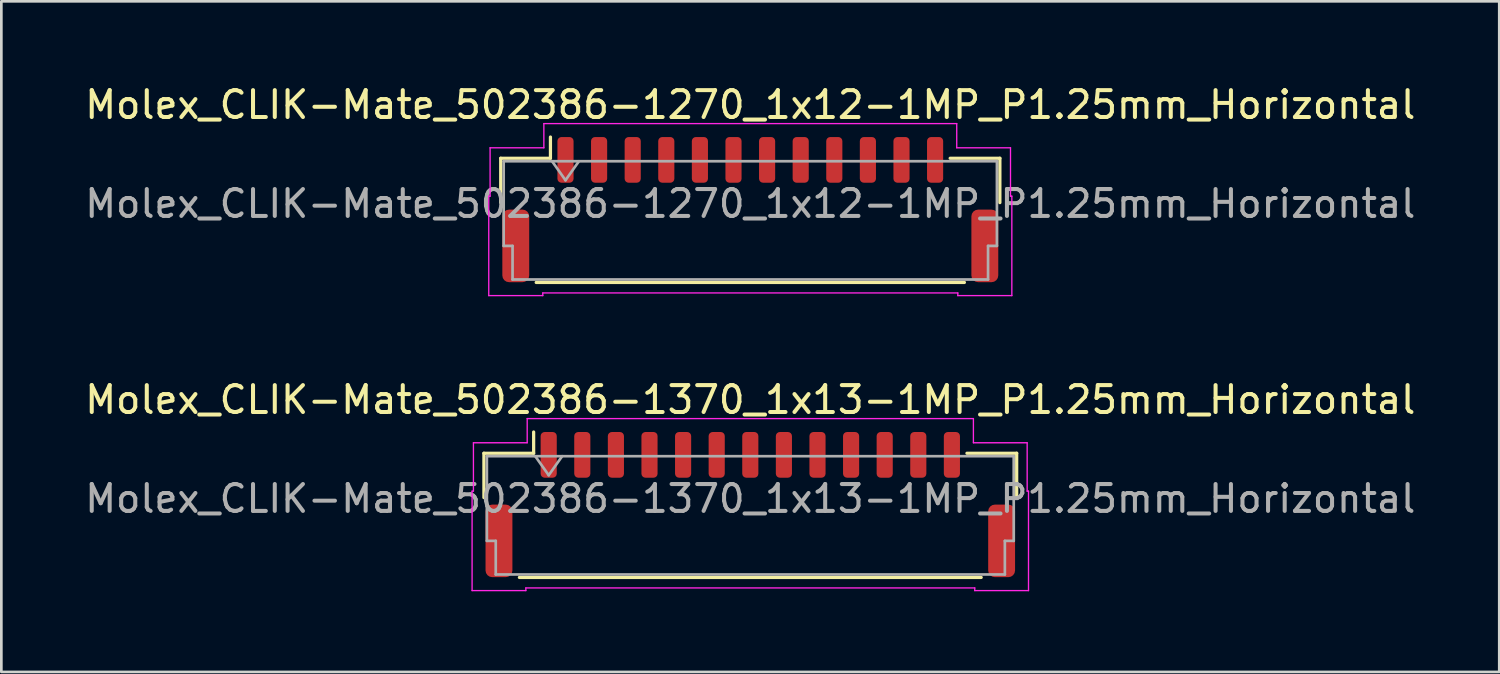
<source format=kicad_pcb>
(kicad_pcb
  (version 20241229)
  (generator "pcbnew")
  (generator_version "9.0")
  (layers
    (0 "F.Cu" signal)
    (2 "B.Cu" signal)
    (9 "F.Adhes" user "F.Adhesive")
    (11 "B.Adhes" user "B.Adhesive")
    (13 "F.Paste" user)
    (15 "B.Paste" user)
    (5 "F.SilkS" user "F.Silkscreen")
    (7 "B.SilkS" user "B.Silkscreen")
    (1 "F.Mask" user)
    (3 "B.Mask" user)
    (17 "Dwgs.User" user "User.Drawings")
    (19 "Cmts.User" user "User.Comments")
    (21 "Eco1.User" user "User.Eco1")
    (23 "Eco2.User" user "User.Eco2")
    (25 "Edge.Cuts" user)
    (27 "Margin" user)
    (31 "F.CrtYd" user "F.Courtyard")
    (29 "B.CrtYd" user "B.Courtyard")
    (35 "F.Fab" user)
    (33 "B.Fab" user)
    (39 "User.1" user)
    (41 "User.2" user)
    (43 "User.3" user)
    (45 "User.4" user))
  (footprint "Molex_CLIK-Mate_502386-1370_1x13-1MP_P1.25mm_Horizontal"
    (layer "F.Cu")
    (at 24.863 15.722)
    (property "Reference" "Molex_CLIK-Mate_502386-1370_1x13-1MP_P1.25mm_Horizontal" (at 0 -3.9 0) (layer "F.SilkS") (effects (font (size 1 1) (thickness 0.15))))
    (attr smd)
    (fp_line (start -9.91 -1.91) (end -8.06 -1.91) (stroke (width 0.12) (type solid)) (layer "F.SilkS"))
    (fp_line (start -9.91 -0.26) (end -9.91 -1.91) (stroke (width 0.12) (type solid)) (layer "F.SilkS"))
    (fp_line (start -8.59 2.71) (end 8.59 2.71) (stroke (width 0.12) (type solid)) (layer "F.SilkS"))
    (fp_line (start -8.06 -1.91) (end -8.06 -2.7) (stroke (width 0.12) (type solid)) (layer "F.SilkS"))
    (fp_line (start 9.91 -1.91) (end 8.06 -1.91) (stroke (width 0.12) (type solid)) (layer "F.SilkS"))
    (fp_line (start 9.91 -0.26) (end 9.91 -1.91) (stroke (width 0.12) (type solid)) (layer "F.SilkS"))
    (fp_line (start -10.35 -0.5) (end -10.3 -0.5) (stroke (width 0.05) (type solid)) (layer "F.CrtYd"))
    (fp_line (start -10.35 3.2) (end -10.35 -0.5) (stroke (width 0.05) (type solid)) (layer "F.CrtYd"))
    (fp_line (start -10.3 -2.3) (end -8.3 -2.3) (stroke (width 0.05) (type solid)) (layer "F.CrtYd"))
    (fp_line (start -10.3 -0.5) (end -10.3 -2.3) (stroke (width 0.05) (type solid)) (layer "F.CrtYd"))
    (fp_line (start -8.35 3.1) (end -8.35 3.2) (stroke (width 0.05) (type solid)) (layer "F.CrtYd"))
    (fp_line (start -8.35 3.2) (end -10.35 3.2) (stroke (width 0.05) (type solid)) (layer "F.CrtYd"))
    (fp_line (start -8.3 -3.2) (end 8.3 -3.2) (stroke (width 0.05) (type solid)) (layer "F.CrtYd"))
    (fp_line (start -8.3 -2.3) (end -8.3 -3.2) (stroke (width 0.05) (type solid)) (layer "F.CrtYd"))
    (fp_line (start 8.3 -3.2) (end 8.3 -2.3) (stroke (width 0.05) (type solid)) (layer "F.CrtYd"))
    (fp_line (start 8.3 -2.3) (end 10.3 -2.3) (stroke (width 0.05) (type solid)) (layer "F.CrtYd"))
    (fp_line (start 8.35 3.1) (end -8.35 3.1) (stroke (width 0.05) (type solid)) (layer "F.CrtYd"))
    (fp_line (start 8.35 3.2) (end 8.35 3.1) (stroke (width 0.05) (type solid)) (layer "F.CrtYd"))
    (fp_line (start 10.3 -2.3) (end 10.3 -0.5) (stroke (width 0.05) (type solid)) (layer "F.CrtYd"))
    (fp_line (start 10.3 -0.5) (end 10.35 -0.5) (stroke (width 0.05) (type solid)) (layer "F.CrtYd"))
    (fp_line (start 10.35 -0.5) (end 10.35 3.2) (stroke (width 0.05) (type solid)) (layer "F.CrtYd"))
    (fp_line (start 10.35 3.2) (end 8.35 3.2) (stroke (width 0.05) (type solid)) (layer "F.CrtYd"))
    (fp_line (start -9.8 -1.8) (end -9.8 1.35) (stroke (width 0.1) (type solid)) (layer "F.Fab"))
    (fp_line (start -9.8 -1.8) (end 9.8 -1.8) (stroke (width 0.1) (type solid)) (layer "F.Fab"))
    (fp_line (start -9.8 1.35) (end -9.47 1.35) (stroke (width 0.1) (type solid)) (layer "F.Fab"))
    (fp_line (start -9.47 1.35) (end -9.47 2.6) (stroke (width 0.1) (type solid)) (layer "F.Fab"))
    (fp_line (start -9.47 2.6) (end 9.47 2.6) (stroke (width 0.1) (type solid)) (layer "F.Fab"))
    (fp_line (start -8 -1.8) (end -7.5 -1.093) (stroke (width 0.1) (type solid)) (layer "F.Fab"))
    (fp_line (start -7.5 -1.093) (end -7 -1.8) (stroke (width 0.1) (type solid)) (layer "F.Fab"))
    (fp_line (start 9.47 1.35) (end 9.8 1.35) (stroke (width 0.1) (type solid)) (layer "F.Fab"))
    (fp_line (start 9.47 2.6) (end 9.47 1.35) (stroke (width 0.1) (type solid)) (layer "F.Fab"))
    (fp_line (start 9.8 -1.8) (end 9.8 1.35) (stroke (width 0.1) (type solid)) (layer "F.Fab"))
    (fp_text user "${REFERENCE}" (at 0 -0.22 0) (layer "F.Fab") (effects (font (size 1 1) (thickness 0.15))))
    (pad "1" smd roundrect (at -7.5 -1.85) (size 0.6 1.7) (layers "F.Cu" "F.Mask" "F.Paste") (roundrect_rratio 0.25))
    (pad "2" smd roundrect (at -6.25 -1.85) (size 0.6 1.7) (layers "F.Cu" "F.Mask" "F.Paste") (roundrect_rratio 0.25))
    (pad "3" smd roundrect (at -5 -1.85) (size 0.6 1.7) (layers "F.Cu" "F.Mask" "F.Paste") (roundrect_rratio 0.25))
    (pad "4" smd roundrect (at -3.75 -1.85) (size 0.6 1.7) (layers "F.Cu" "F.Mask" "F.Paste") (roundrect_rratio 0.25))
    (pad "5" smd roundrect (at -2.5 -1.85) (size 0.6 1.7) (layers "F.Cu" "F.Mask" "F.Paste") (roundrect_rratio 0.25))
    (pad "6" smd roundrect (at -1.25 -1.85) (size 0.6 1.7) (layers "F.Cu" "F.Mask" "F.Paste") (roundrect_rratio 0.25))
    (pad "7" smd roundrect (at 0 -1.85) (size 0.6 1.7) (layers "F.Cu" "F.Mask" "F.Paste") (roundrect_rratio 0.25))
    (pad "8" smd roundrect (at 1.25 -1.85) (size 0.6 1.7) (layers "F.Cu" "F.Mask" "F.Paste") (roundrect_rratio 0.25))
    (pad "9" smd roundrect (at 2.5 -1.85) (size 0.6 1.7) (layers "F.Cu" "F.Mask" "F.Paste") (roundrect_rratio 0.25))
    (pad "10" smd roundrect (at 3.75 -1.85) (size 0.6 1.7) (layers "F.Cu" "F.Mask" "F.Paste") (roundrect_rratio 0.25))
    (pad "11" smd roundrect (at 5 -1.85) (size 0.6 1.7) (layers "F.Cu" "F.Mask" "F.Paste") (roundrect_rratio 0.25))
    (pad "12" smd roundrect (at 6.25 -1.85) (size 0.6 1.7) (layers "F.Cu" "F.Mask" "F.Paste") (roundrect_rratio 0.25))
    (pad "13" smd roundrect (at 7.5 -1.85) (size 0.6 1.7) (layers "F.Cu" "F.Mask" "F.Paste") (roundrect_rratio 0.25))
    (pad "MP" smd roundrect (at -9.35 1.35) (size 1 2.7) (layers "F.Cu" "F.Mask" "F.Paste") (roundrect_rratio 0.25))
    (pad "MP" smd roundrect (at 9.35 1.35) (size 1 2.7) (layers "F.Cu" "F.Mask" "F.Paste") (roundrect_rratio 0.25)))
  (footprint "Molex_CLIK-Mate_502386-1270_1x12-1MP_P1.25mm_Horizontal"
    (layer "F.Cu")
    (at 24.863 4.748)
    (property "Reference" "Molex_CLIK-Mate_502386-1270_1x12-1MP_P1.25mm_Horizontal" (at 0 -3.9 0) (layer "F.SilkS") (effects (font (size 1 1) (thickness 0.15))))
    (attr smd)
    (fp_line (start -9.285 -1.91) (end -7.435 -1.91) (stroke (width 0.12) (type solid)) (layer "F.SilkS"))
    (fp_line (start -9.285 -0.26) (end -9.285 -1.91) (stroke (width 0.12) (type solid)) (layer "F.SilkS"))
    (fp_line (start -7.965 2.71) (end 7.965 2.71) (stroke (width 0.12) (type solid)) (layer "F.SilkS"))
    (fp_line (start -7.435 -1.91) (end -7.435 -2.7) (stroke (width 0.12) (type solid)) (layer "F.SilkS"))
    (fp_line (start 9.285 -1.91) (end 7.435 -1.91) (stroke (width 0.12) (type solid)) (layer "F.SilkS"))
    (fp_line (start 9.285 -0.26) (end 9.285 -1.91) (stroke (width 0.12) (type solid)) (layer "F.SilkS"))
    (fp_line (start -9.73 -0.5) (end -9.68 -0.5) (stroke (width 0.05) (type solid)) (layer "F.CrtYd"))
    (fp_line (start -9.73 3.2) (end -9.73 -0.5) (stroke (width 0.05) (type solid)) (layer "F.CrtYd"))
    (fp_line (start -9.68 -2.3) (end -7.68 -2.3) (stroke (width 0.05) (type solid)) (layer "F.CrtYd"))
    (fp_line (start -9.68 -0.5) (end -9.68 -2.3) (stroke (width 0.05) (type solid)) (layer "F.CrtYd"))
    (fp_line (start -7.72 3.1) (end -7.72 3.2) (stroke (width 0.05) (type solid)) (layer "F.CrtYd"))
    (fp_line (start -7.72 3.2) (end -9.73 3.2) (stroke (width 0.05) (type solid)) (layer "F.CrtYd"))
    (fp_line (start -7.68 -3.2) (end 7.68 -3.2) (stroke (width 0.05) (type solid)) (layer "F.CrtYd"))
    (fp_line (start -7.68 -2.3) (end -7.68 -3.2) (stroke (width 0.05) (type solid)) (layer "F.CrtYd"))
    (fp_line (start 7.68 -3.2) (end 7.68 -2.3) (stroke (width 0.05) (type solid)) (layer "F.CrtYd"))
    (fp_line (start 7.68 -2.3) (end 9.68 -2.3) (stroke (width 0.05) (type solid)) (layer "F.CrtYd"))
    (fp_line (start 7.72 3.1) (end -7.72 3.1) (stroke (width 0.05) (type solid)) (layer "F.CrtYd"))
    (fp_line (start 7.72 3.2) (end 7.72 3.1) (stroke (width 0.05) (type solid)) (layer "F.CrtYd"))
    (fp_line (start 9.68 -2.3) (end 9.68 -0.5) (stroke (width 0.05) (type solid)) (layer "F.CrtYd"))
    (fp_line (start 9.68 -0.5) (end 9.73 -0.5) (stroke (width 0.05) (type solid)) (layer "F.CrtYd"))
    (fp_line (start 9.73 -0.5) (end 9.73 3.2) (stroke (width 0.05) (type solid)) (layer "F.CrtYd"))
    (fp_line (start 9.73 3.2) (end 7.72 3.2) (stroke (width 0.05) (type solid)) (layer "F.CrtYd"))
    (fp_line (start -9.175 -1.8) (end -9.175 1.35) (stroke (width 0.1) (type solid)) (layer "F.Fab"))
    (fp_line (start -9.175 -1.8) (end 9.175 -1.8) (stroke (width 0.1) (type solid)) (layer "F.Fab"))
    (fp_line (start -9.175 1.35) (end -8.845 1.35) (stroke (width 0.1) (type solid)) (layer "F.Fab"))
    (fp_line (start -8.845 1.35) (end -8.845 2.6) (stroke (width 0.1) (type solid)) (layer "F.Fab"))
    (fp_line (start -8.845 2.6) (end 8.845 2.6) (stroke (width 0.1) (type solid)) (layer "F.Fab"))
    (fp_line (start -7.375 -1.8) (end -6.875 -1.093) (stroke (width 0.1) (type solid)) (layer "F.Fab"))
    (fp_line (start -6.875 -1.093) (end -6.375 -1.8) (stroke (width 0.1) (type solid)) (layer "F.Fab"))
    (fp_line (start 8.845 1.35) (end 9.175 1.35) (stroke (width 0.1) (type solid)) (layer "F.Fab"))
    (fp_line (start 8.845 2.6) (end 8.845 1.35) (stroke (width 0.1) (type solid)) (layer "F.Fab"))
    (fp_line (start 9.175 -1.8) (end 9.175 1.35) (stroke (width 0.1) (type solid)) (layer "F.Fab"))
    (fp_text user "${REFERENCE}" (at 0 -0.22 0) (layer "F.Fab") (effects (font (size 1 1) (thickness 0.15))))
    (pad "1" smd roundrect (at -6.875 -1.85) (size 0.6 1.7) (layers "F.Cu" "F.Mask" "F.Paste") (roundrect_rratio 0.25))
    (pad "2" smd roundrect (at -5.625 -1.85) (size 0.6 1.7) (layers "F.Cu" "F.Mask" "F.Paste") (roundrect_rratio 0.25))
    (pad "3" smd roundrect (at -4.375 -1.85) (size 0.6 1.7) (layers "F.Cu" "F.Mask" "F.Paste") (roundrect_rratio 0.25))
    (pad "4" smd roundrect (at -3.125 -1.85) (size 0.6 1.7) (layers "F.Cu" "F.Mask" "F.Paste") (roundrect_rratio 0.25))
    (pad "5" smd roundrect (at -1.875 -1.85) (size 0.6 1.7) (layers "F.Cu" "F.Mask" "F.Paste") (roundrect_rratio 0.25))
    (pad "6" smd roundrect (at -0.625 -1.85) (size 0.6 1.7) (layers "F.Cu" "F.Mask" "F.Paste") (roundrect_rratio 0.25))
    (pad "7" smd roundrect (at 0.625 -1.85) (size 0.6 1.7) (layers "F.Cu" "F.Mask" "F.Paste") (roundrect_rratio 0.25))
    (pad "8" smd roundrect (at 1.875 -1.85) (size 0.6 1.7) (layers "F.Cu" "F.Mask" "F.Paste") (roundrect_rratio 0.25))
    (pad "9" smd roundrect (at 3.125 -1.85) (size 0.6 1.7) (layers "F.Cu" "F.Mask" "F.Paste") (roundrect_rratio 0.25))
    (pad "10" smd roundrect (at 4.375 -1.85) (size 0.6 1.7) (layers "F.Cu" "F.Mask" "F.Paste") (roundrect_rratio 0.25))
    (pad "11" smd roundrect (at 5.625 -1.85) (size 0.6 1.7) (layers "F.Cu" "F.Mask" "F.Paste") (roundrect_rratio 0.25))
    (pad "12" smd roundrect (at 6.875 -1.85) (size 0.6 1.7) (layers "F.Cu" "F.Mask" "F.Paste") (roundrect_rratio 0.25))
    (pad "MP" smd roundrect (at -8.725 1.35) (size 1 2.7) (layers "F.Cu" "F.Mask" "F.Paste") (roundrect_rratio 0.25))
    (pad "MP" smd roundrect (at 8.725 1.35) (size 1 2.7) (layers "F.Cu" "F.Mask" "F.Paste") (roundrect_rratio 0.25)))
  (gr_rect
    (start -3 -3)
    (end 52.726 21.947)
    (stroke (width 0.1) (type default))
    (fill no)
    (layer "Edge.Cuts")))
</source>
